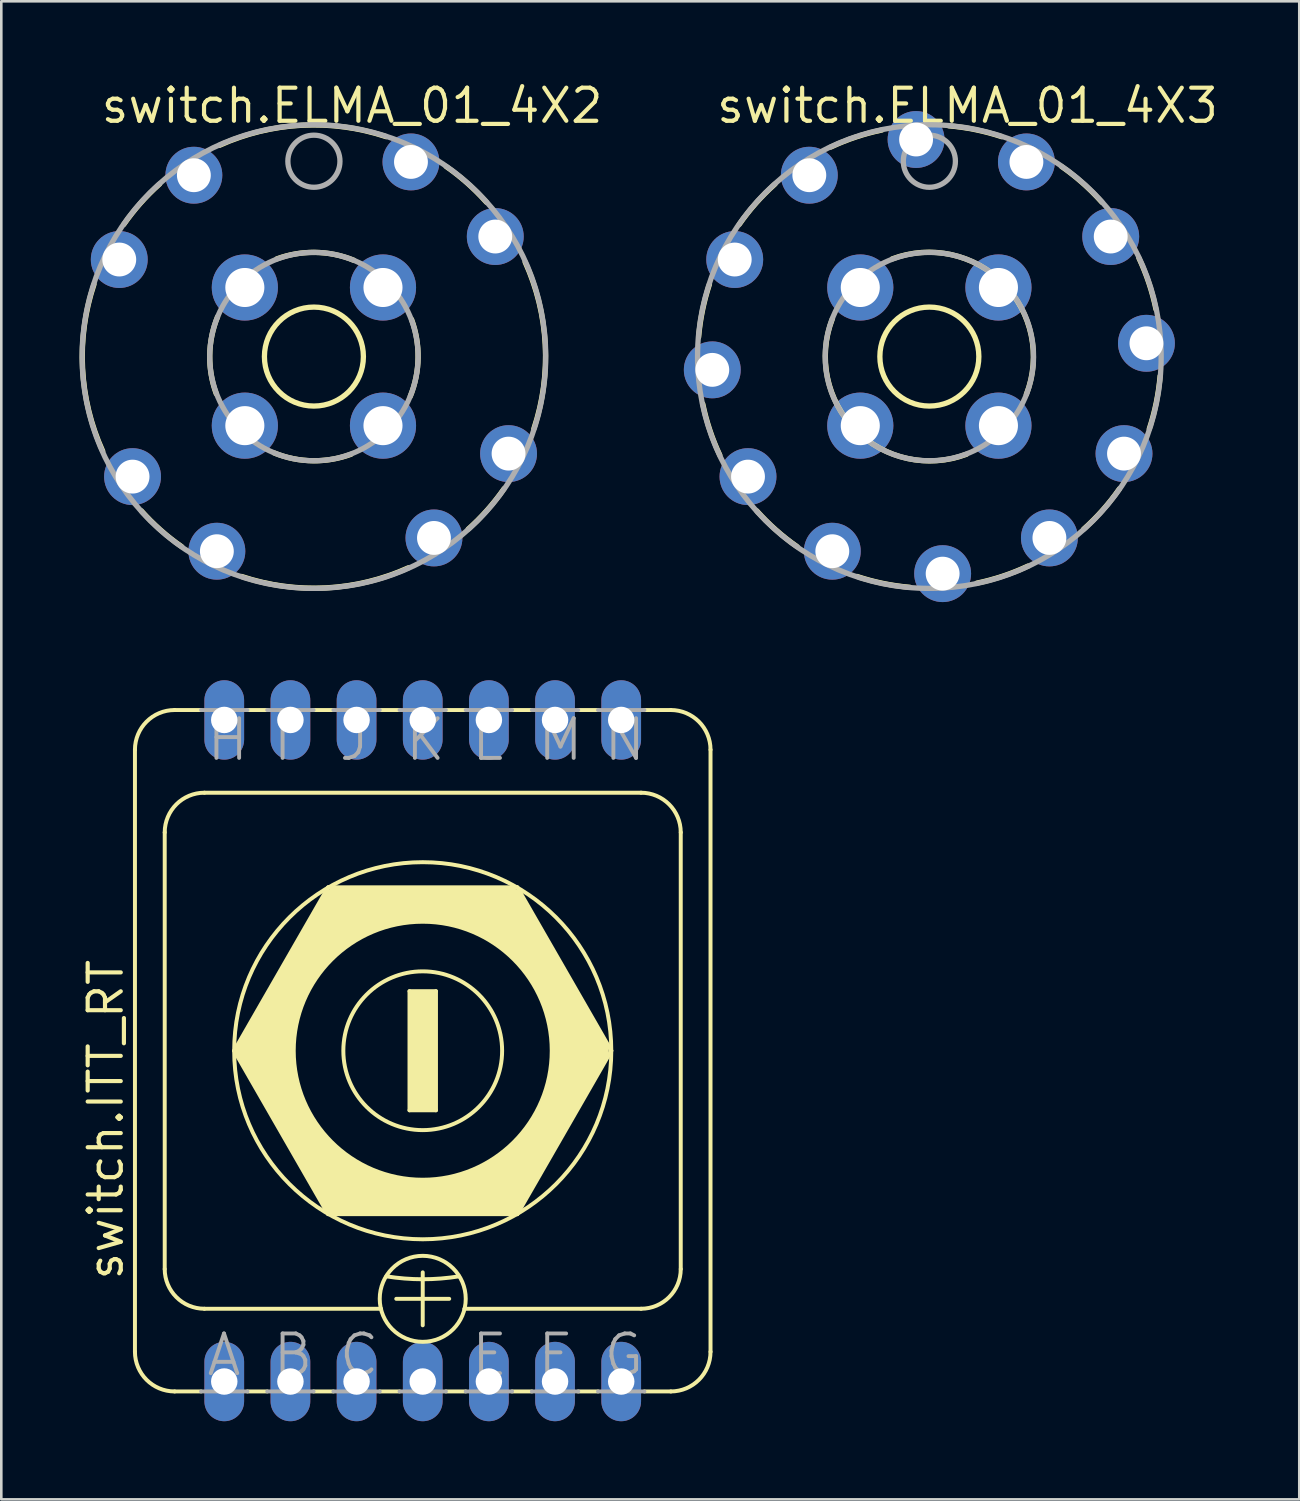
<source format=kicad_pcb>
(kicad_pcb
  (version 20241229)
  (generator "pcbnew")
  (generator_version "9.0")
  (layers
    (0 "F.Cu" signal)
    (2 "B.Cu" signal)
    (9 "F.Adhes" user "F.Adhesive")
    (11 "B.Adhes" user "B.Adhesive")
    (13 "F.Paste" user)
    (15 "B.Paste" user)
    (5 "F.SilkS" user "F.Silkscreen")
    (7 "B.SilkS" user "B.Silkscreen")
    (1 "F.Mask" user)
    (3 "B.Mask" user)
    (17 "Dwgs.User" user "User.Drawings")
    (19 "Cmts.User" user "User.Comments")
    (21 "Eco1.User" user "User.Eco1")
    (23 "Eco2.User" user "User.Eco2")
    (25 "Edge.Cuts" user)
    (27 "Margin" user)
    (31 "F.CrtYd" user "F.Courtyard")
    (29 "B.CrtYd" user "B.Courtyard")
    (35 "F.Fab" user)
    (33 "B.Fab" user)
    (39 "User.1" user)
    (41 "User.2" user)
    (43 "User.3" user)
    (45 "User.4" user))
  (footprint "switch.ELMA_01_4X3"
    (layer "F.Cu")
    (at 32.631 10.64)
    (property "Reference" "switch.ELMA_01_4X3" (at -8.255 -8.89 0) (layer "F.SilkS") (effects (font (size 1.27 1.27) (thickness 0.16)) (justify left bottom)))
    (attr through_hole)
    (fp_arc (start -8.8594 -0.745) (mid -8.710827 -1.772089) (end -8.4437 -2.7749) (stroke (width 0.2032) (type default)) (layer "F.SilkS"))
    (fp_arc (start -8.045 3.7844) (mid -8.429848 2.820673) (end -8.6999 1.8187) (stroke (width 0.2032) (type default)) (layer "F.SilkS"))
    (fp_arc (start -7.3 -5.075) (mid -6.657761 -5.890151) (end -5.925 -6.625) (stroke (width 0.2032) (type default)) (layer "F.SilkS"))
    (fp_arc (start -5.075 7.3) (mid -5.890152 6.657762) (end -6.625 5.925) (stroke (width 0.2032) (type default)) (layer "F.SilkS"))
    (fp_arc (start -3.7844 -8.045) (mid -2.820673 -8.429848) (end -1.8187 -8.6999) (stroke (width 0.2032) (type default)) (layer "F.SilkS"))
    (fp_arc (start -1.425 -3.75) (mid 2.833897 -2.817706) (end 3.725 1.45) (stroke (width 0.2032) (type default)) (layer "F.SilkS"))
    (fp_arc (start -0.745 8.8594) (mid -1.77209 8.710829) (end -2.7749 8.4437) (stroke (width 0.2032) (type default)) (layer "F.SilkS"))
    (fp_arc (start 0.745 -8.8594) (mid 1.77209 -8.710829) (end 2.7749 -8.4437) (stroke (width 0.2032) (type default)) (layer "F.SilkS"))
    (fp_arc (start 1.425 3.75) (mid -2.833897 2.817706) (end -3.725 -1.45) (stroke (width 0.2032) (type default)) (layer "F.SilkS"))
    (fp_arc (start 3.7844 8.045) (mid 2.820673 8.429848) (end 1.8187 8.6999) (stroke (width 0.2032) (type default)) (layer "F.SilkS"))
    (fp_arc (start 5.075 -7.3) (mid 5.890152 -6.657762) (end 6.625 -5.925) (stroke (width 0.2032) (type default)) (layer "F.SilkS"))
    (fp_arc (start 7.3 5.075) (mid 6.657761 5.890151) (end 5.925 6.625) (stroke (width 0.2032) (type default)) (layer "F.SilkS"))
    (fp_arc (start 8.045 -3.7844) (mid 8.429848 -2.820673) (end 8.6999 -1.8187) (stroke (width 0.2032) (type default)) (layer "F.SilkS"))
    (fp_arc (start 8.8594 0.745) (mid 8.710827 1.772089) (end 8.4437 2.7749) (stroke (width 0.2032) (type default)) (layer "F.SilkS"))
    (fp_circle (center 0 0) (end 1.9 0) (stroke (width 0.203) (type default)) (fill no) (layer "F.SilkS"))
    (fp_circle (center 0 -7.5) (end 1 -7.5) (stroke (width 0.203) (type default)) (fill no) (layer "F.Fab"))
    (fp_circle (center 0 0) (end 4 0) (stroke (width 0.203) (type default)) (fill no) (layer "F.Fab"))
    (fp_circle (center 0 0) (end 8.9 0) (stroke (width 0.203) (type default)) (fill no) (layer "F.Fab"))
    (pad "1A" thru_hole circle (at -4.609 -6.963 30) (size 2.184 2.184) (drill 1.3) (layers "*.Cu" "*.Mask"))
    (pad "1B" thru_hole circle (at 6.963 -4.609 300) (size 2.184 2.184) (drill 1.3) (layers "*.Cu" "*.Mask"))
    (pad "1C" thru_hole circle (at 4.609 6.963 210) (size 2.184 2.184) (drill 1.3) (layers "*.Cu" "*.Mask"))
    (pad "1D" thru_hole circle (at -6.963 4.609 120) (size 2.184 2.184) (drill 1.3) (layers "*.Cu" "*.Mask"))
    (pad "2A" thru_hole circle (at -0.51 -8.334) (size 2.184 2.184) (drill 1.3) (layers "*.Cu" "*.Mask"))
    (pad "2B" thru_hole circle (at 8.334 -0.51 270) (size 2.184 2.184) (drill 1.3) (layers "*.Cu" "*.Mask"))
    (pad "2C" thru_hole circle (at 0.51 8.334 180) (size 2.184 2.184) (drill 1.3) (layers "*.Cu" "*.Mask"))
    (pad "2D" thru_hole circle (at -8.334 0.51 90) (size 2.184 2.184) (drill 1.3) (layers "*.Cu" "*.Mask"))
    (pad "3A" thru_hole circle (at 3.726 -7.473 330) (size 2.184 2.184) (drill 1.3) (layers "*.Cu" "*.Mask"))
    (pad "3B" thru_hole circle (at 7.473 3.726 240) (size 2.184 2.184) (drill 1.3) (layers "*.Cu" "*.Mask"))
    (pad "3C" thru_hole circle (at -3.726 7.473 150) (size 2.184 2.184) (drill 1.3) (layers "*.Cu" "*.Mask"))
    (pad "3D" thru_hole circle (at -7.473 -3.726 60) (size 2.184 2.184) (drill 1.3) (layers "*.Cu" "*.Mask"))
    (pad "A" thru_hole circle (at -2.652 -2.652 90) (size 2.54 2.54) (drill 1.5) (layers "*.Cu" "*.Mask"))
    (pad "B" thru_hole circle (at 2.652 -2.652) (size 2.54 2.54) (drill 1.5) (layers "*.Cu" "*.Mask"))
    (pad "C" thru_hole circle (at 2.652 2.652 270) (size 2.54 2.54) (drill 1.5) (layers "*.Cu" "*.Mask"))
    (pad "D" thru_hole circle (at -2.652 2.652 180) (size 2.54 2.54) (drill 1.5) (layers "*.Cu" "*.Mask")))
  (footprint "switch.ITT_RT"
    (layer "F.Cu")
    (at 13.18 37.291)
    (property "Reference" "switch.ITT_RT" (at -11.43 8.89 90) (layer "F.SilkS") (effects (font (size 1.27 1.27) (thickness 0.16)) (justify left bottom)))
    (attr through_hole)
    (fp_line (start -11.049 11.557) (end -11.049 -11.557) (stroke (width 0.152) (type default)) (layer "F.SilkS"))
    (fp_line (start -9.906 8.382) (end -9.906 -8.382) (stroke (width 0.152) (type default)) (layer "F.SilkS"))
    (fp_line (start -8.509 -13.081) (end -9.525 -13.081) (stroke (width 0.152) (type default)) (layer "F.SilkS"))
    (fp_line (start -8.509 13.081) (end -9.525 13.081) (stroke (width 0.152) (type default)) (layer "F.SilkS"))
    (fp_line (start -8.382 -9.906) (end 8.382 -9.906) (stroke (width 0.152) (type default)) (layer "F.SilkS"))
    (fp_line (start -7.239 0) (end -3.632 6.274) (stroke (width 0.152) (type default)) (layer "F.SilkS"))
    (fp_line (start -6.731 -13.081) (end -5.969 -13.081) (stroke (width 0.152) (type default)) (layer "F.SilkS"))
    (fp_line (start -6.606 0) (end -3.29 -5.689) (stroke (width 1.168) (type default)) (layer "F.SilkS"))
    (fp_line (start -5.969 13.081) (end -6.731 13.081) (stroke (width 0.152) (type default)) (layer "F.SilkS"))
    (fp_line (start -4.191 -13.081) (end -3.429 -13.081) (stroke (width 0.152) (type default)) (layer "F.SilkS"))
    (fp_line (start -3.632 -6.274) (end -7.239 0) (stroke (width 0.152) (type default)) (layer "F.SilkS"))
    (fp_line (start -3.632 6.274) (end 3.632 6.274) (stroke (width 0.152) (type default)) (layer "F.SilkS"))
    (fp_line (start -3.429 13.081) (end -4.191 13.081) (stroke (width 0.152) (type default)) (layer "F.SilkS"))
    (fp_line (start -3.29 -5.689) (end 3.29 -5.689) (stroke (width 1.168) (type default)) (layer "F.SilkS"))
    (fp_line (start -3.263 5.716) (end -6.471 0.189) (stroke (width 1.168) (type default)) (layer "F.SilkS"))
    (fp_line (start -1.651 -13.081) (end -0.889 -13.081) (stroke (width 0.152) (type default)) (layer "F.SilkS"))
    (fp_line (start -1.6 9.906) (end -8.382 9.906) (stroke (width 0.152) (type default)) (layer "F.SilkS"))
    (fp_line (start -1.016 9.525) (end 1.016 9.525) (stroke (width 0.152) (type default)) (layer "F.SilkS"))
    (fp_line (start -0.889 13.081) (end -1.651 13.081) (stroke (width 0.152) (type default)) (layer "F.SilkS"))
    (fp_line (start -0.508 -2.286) (end 0.508 -2.286) (stroke (width 0.152) (type default)) (layer "F.SilkS"))
    (fp_line (start -0.508 2.286) (end -0.508 -2.286) (stroke (width 0.152) (type default)) (layer "F.SilkS"))
    (fp_line (start 0 10.541) (end 0 8.509) (stroke (width 0.152) (type default)) (layer "F.SilkS"))
    (fp_line (start 0.508 -2.286) (end 0.508 2.286) (stroke (width 0.152) (type default)) (layer "F.SilkS"))
    (fp_line (start 0.508 2.286) (end -0.508 2.286) (stroke (width 0.152) (type default)) (layer "F.SilkS"))
    (fp_line (start 0.889 -13.081) (end 1.651 -13.081) (stroke (width 0.152) (type default)) (layer "F.SilkS"))
    (fp_line (start 1.651 13.081) (end 0.889 13.081) (stroke (width 0.152) (type default)) (layer "F.SilkS"))
    (fp_line (start 3.29 -5.689) (end 6.552 0) (stroke (width 1.168) (type default)) (layer "F.SilkS"))
    (fp_line (start 3.29 5.716) (end -3.263 5.716) (stroke (width 1.168) (type default)) (layer "F.SilkS"))
    (fp_line (start 3.429 -13.081) (end 4.191 -13.081) (stroke (width 0.152) (type default)) (layer "F.SilkS"))
    (fp_line (start 3.632 -6.274) (end -3.632 -6.274) (stroke (width 0.152) (type default)) (layer "F.SilkS"))
    (fp_line (start 3.632 6.274) (end 7.239 0) (stroke (width 0.152) (type default)) (layer "F.SilkS"))
    (fp_line (start 4.191 13.081) (end 3.429 13.081) (stroke (width 0.152) (type default)) (layer "F.SilkS"))
    (fp_line (start 5.969 -13.081) (end 6.731 -13.081) (stroke (width 0.152) (type default)) (layer "F.SilkS"))
    (fp_line (start 5.969 13.081) (end 6.731 13.081) (stroke (width 0.152) (type default)) (layer "F.SilkS"))
    (fp_line (start 6.552 0) (end 3.29 5.716) (stroke (width 1.168) (type default)) (layer "F.SilkS"))
    (fp_line (start 7.239 0) (end 3.632 -6.274) (stroke (width 0.152) (type default)) (layer "F.SilkS"))
    (fp_line (start 8.382 9.906) (end 1.6 9.906) (stroke (width 0.152) (type default)) (layer "F.SilkS"))
    (fp_line (start 8.509 -13.081) (end 9.525 -13.081) (stroke (width 0.152) (type default)) (layer "F.SilkS"))
    (fp_line (start 8.509 13.081) (end 9.525 13.081) (stroke (width 0.152) (type default)) (layer "F.SilkS"))
    (fp_line (start 9.906 -8.382) (end 9.906 8.382) (stroke (width 0.152) (type default)) (layer "F.SilkS"))
    (fp_line (start 11.049 -11.557) (end 11.049 11.557) (stroke (width 0.152) (type default)) (layer "F.SilkS"))
    (fp_rect (start -0.508 2.286) (end 0.508 -2.286) (stroke (width 0.05) (type default)) (fill yes) (layer "F.SilkS"))
    (fp_arc (start -11.049 -11.557) (mid -10.602631 -12.634631) (end -9.525 -13.081) (stroke (width 0.1524) (type default)) (layer "F.SilkS"))
    (fp_arc (start -9.906 -8.382) (mid -9.459631 -9.459631) (end -8.382 -9.906) (stroke (width 0.1524) (type default)) (layer "F.SilkS"))
    (fp_arc (start -9.525 13.081) (mid -10.602631 12.634631) (end -11.049 11.557) (stroke (width 0.1524) (type default)) (layer "F.SilkS"))
    (fp_arc (start -8.382 9.906) (mid -9.459631 9.459631) (end -9.906 8.382) (stroke (width 0.1524) (type default)) (layer "F.SilkS"))
    (fp_arc (start 1.397 8.6614) (mid 0 8.773338) (end -1.397 8.6614) (stroke (width 0.1524) (type default)) (layer "F.SilkS"))
    (fp_arc (start 8.382 -9.906) (mid 9.459631 -9.459631) (end 9.906 -8.382) (stroke (width 0.1524) (type default)) (layer "F.SilkS"))
    (fp_arc (start 9.525 -13.081) (mid 10.602631 -12.634631) (end 11.049 -11.557) (stroke (width 0.1524) (type default)) (layer "F.SilkS"))
    (fp_arc (start 9.906 8.382) (mid 9.459631 9.459631) (end 8.382 9.906) (stroke (width 0.1524) (type default)) (layer "F.SilkS"))
    (fp_arc (start 11.049 11.557) (mid 10.602631 12.634631) (end 9.525 13.081) (stroke (width 0.1524) (type default)) (layer "F.SilkS"))
    (fp_circle (center 0 0) (end 3.048 0) (stroke (width 0.152) (type default)) (fill no) (layer "F.SilkS"))
    (fp_circle (center 0 0) (end 4.953 0) (stroke (width 0.152) (type default)) (fill no) (layer "F.SilkS"))
    (fp_circle (center 0 0) (end 5.609 0) (stroke (width 1.27) (type default)) (fill no) (layer "F.SilkS"))
    (fp_circle (center 0 0) (end 7.239 0) (stroke (width 0.152) (type default)) (fill no) (layer "F.SilkS"))
    (fp_circle (center 0 9.525) (end 1.651 9.525) (stroke (width 0.152) (type default)) (fill no) (layer "F.SilkS"))
    (fp_line (start -6.731 -13.081) (end -8.509 -13.081) (stroke (width 0.152) (type default)) (layer "F.Fab"))
    (fp_line (start -6.731 13.081) (end -8.509 13.081) (stroke (width 0.152) (type default)) (layer "F.Fab"))
    (fp_line (start -4.191 -13.081) (end -5.969 -13.081) (stroke (width 0.152) (type default)) (layer "F.Fab"))
    (fp_line (start -4.191 13.081) (end -5.969 13.081) (stroke (width 0.152) (type default)) (layer "F.Fab"))
    (fp_line (start -1.651 -13.081) (end -3.429 -13.081) (stroke (width 0.152) (type default)) (layer "F.Fab"))
    (fp_line (start -1.651 13.081) (end -3.429 13.081) (stroke (width 0.152) (type default)) (layer "F.Fab"))
    (fp_line (start 0.889 -13.081) (end -0.889 -13.081) (stroke (width 0.152) (type default)) (layer "F.Fab"))
    (fp_line (start 0.889 13.081) (end -0.889 13.081) (stroke (width 0.152) (type default)) (layer "F.Fab"))
    (fp_line (start 3.429 -13.081) (end 1.651 -13.081) (stroke (width 0.152) (type default)) (layer "F.Fab"))
    (fp_line (start 3.429 13.081) (end 1.651 13.081) (stroke (width 0.152) (type default)) (layer "F.Fab"))
    (fp_line (start 5.969 -13.081) (end 4.191 -13.081) (stroke (width 0.152) (type default)) (layer "F.Fab"))
    (fp_line (start 5.969 13.081) (end 4.191 13.081) (stroke (width 0.152) (type default)) (layer "F.Fab"))
    (fp_line (start 8.509 -13.081) (end 6.731 -13.081) (stroke (width 0.152) (type default)) (layer "F.Fab"))
    (fp_line (start 8.509 13.081) (end 6.731 13.081) (stroke (width 0.152) (type default)) (layer "F.Fab"))
    (fp_text user "I" (at -5.842 -11.049 0) (layer "F.Fab") (effects (font (size 1.524 1.524) (thickness 0.15)) (justify left bottom)))
    (fp_text user "N" (at 6.858 -11.049 0) (layer "F.Fab") (effects (font (size 1.524 1.524) (thickness 0.15)) (justify left bottom)))
    (fp_text user "J" (at -3.302 -11.049 0) (layer "F.Fab") (effects (font (size 1.524 1.524) (thickness 0.15)) (justify left bottom)))
    (fp_text user "K" (at -0.762 -11.049 0) (layer "F.Fab") (effects (font (size 1.524 1.524) (thickness 0.15)) (justify left bottom)))
    (fp_text user "F" (at 4.318 12.573 0) (layer "F.Fab") (effects (font (size 1.524 1.524) (thickness 0.15)) (justify left bottom)))
    (fp_text user "E" (at 1.778 12.573 0) (layer "F.Fab") (effects (font (size 1.524 1.524) (thickness 0.15)) (justify left bottom)))
    (fp_text user "G" (at 6.858 12.573 0) (layer "F.Fab") (effects (font (size 1.524 1.524) (thickness 0.15)) (justify left bottom)))
    (fp_text user "L" (at 1.778 -11.049 0) (layer "F.Fab") (effects (font (size 1.524 1.524) (thickness 0.15)) (justify left bottom)))
    (fp_text user "H" (at -8.382 -11.049 0) (layer "F.Fab") (effects (font (size 1.524 1.524) (thickness 0.15)) (justify left bottom)))
    (fp_text user "A" (at -8.382 12.573 0) (layer "F.Fab") (effects (font (size 1.524 1.524) (thickness 0.15)) (justify left bottom)))
    (fp_text user "B" (at -5.842 12.573 0) (layer "F.Fab") (effects (font (size 1.524 1.524) (thickness 0.15)) (justify left bottom)))
    (fp_text user "C" (at -3.302 12.573 0) (layer "F.Fab") (effects (font (size 1.524 1.524) (thickness 0.15)) (justify left bottom)))
    (fp_text user "M" (at 4.318 -11.049 0) (layer "F.Fab") (effects (font (size 1.524 1.524) (thickness 0.15)) (justify left bottom)))
    (pad "A" thru_hole oval (at -7.62 12.7 90) (size 3.048 1.524) (drill 1.016) (layers "*.Cu" "*.Mask"))
    (pad "B" thru_hole oval (at -5.08 12.7 90) (size 3.048 1.524) (drill 1.016) (layers "*.Cu" "*.Mask"))
    (pad "C" thru_hole oval (at -2.54 12.7 90) (size 3.048 1.524) (drill 1.016) (layers "*.Cu" "*.Mask"))
    (pad "D" thru_hole oval (at 0 12.7 90) (size 3.048 1.524) (drill 1.016) (layers "*.Cu" "*.Mask"))
    (pad "E" thru_hole oval (at 2.54 12.7 90) (size 3.048 1.524) (drill 1.016) (layers "*.Cu" "*.Mask"))
    (pad "F" thru_hole oval (at 5.08 12.7 90) (size 3.048 1.524) (drill 1.016) (layers "*.Cu" "*.Mask"))
    (pad "G" thru_hole oval (at 7.62 12.7 90) (size 3.048 1.524) (drill 1.016) (layers "*.Cu" "*.Mask"))
    (pad "H" thru_hole oval (at -7.62 -12.7 90) (size 3.048 1.524) (drill 1.016) (layers "*.Cu" "*.Mask"))
    (pad "I" thru_hole oval (at -5.08 -12.7 90) (size 3.048 1.524) (drill 1.016) (layers "*.Cu" "*.Mask"))
    (pad "J" thru_hole oval (at -2.54 -12.7 90) (size 3.048 1.524) (drill 1.016) (layers "*.Cu" "*.Mask"))
    (pad "K" thru_hole oval (at 0 -12.7 90) (size 3.048 1.524) (drill 1.016) (layers "*.Cu" "*.Mask"))
    (pad "L" thru_hole oval (at 2.54 -12.7 90) (size 3.048 1.524) (drill 1.016) (layers "*.Cu" "*.Mask"))
    (pad "M" thru_hole oval (at 5.08 -12.7 90) (size 3.048 1.524) (drill 1.016) (layers "*.Cu" "*.Mask"))
    (pad "N" thru_hole oval (at 7.62 -12.7 90) (size 3.048 1.524) (drill 1.016) (layers "*.Cu" "*.Mask")))
  (footprint "switch.ELMA_01_4X2"
    (layer "F.Cu")
    (at 9.002 10.64)
    (property "Reference" "switch.ELMA_01_4X2" (at -8.255 -8.89 0) (layer "F.SilkS") (effects (font (size 1.27 1.27) (thickness 0.16)) (justify left bottom)))
    (attr through_hole)
    (fp_arc (start -8.1094 3.63) (mid -8.881614 0.459131) (end -8.4437 -2.7749) (stroke (width 0.2032) (type default)) (layer "F.SilkS"))
    (fp_arc (start -7.3 -5.075) (mid -6.657761 -5.890151) (end -5.925 -6.625) (stroke (width 0.2032) (type default)) (layer "F.SilkS"))
    (fp_arc (start -5.075 7.3) (mid -5.890152 6.657762) (end -6.625 5.925) (stroke (width 0.2032) (type default)) (layer "F.SilkS"))
    (fp_arc (start -3.75 1.425) (mid -3.999911 -0.05466) (end -3.7 -1.525) (stroke (width 0.2032) (type default)) (layer "F.SilkS"))
    (fp_arc (start -3.63 -8.1094) (mid -0.459131 -8.881614) (end 2.7749 -8.4437) (stroke (width 0.2032) (type default)) (layer "F.SilkS"))
    (fp_arc (start -1.425 -3.75) (mid 0.05466 -3.999911) (end 1.525 -3.7) (stroke (width 0.2032) (type default)) (layer "F.SilkS"))
    (fp_arc (start 1.425 3.75) (mid -0.054662 4.000059) (end -1.525 3.7) (stroke (width 0.2032) (type default)) (layer "F.SilkS"))
    (fp_arc (start 3.63 8.1094) (mid 0.459135 8.881683) (end -2.7749 8.4437) (stroke (width 0.2032) (type default)) (layer "F.SilkS"))
    (fp_arc (start 3.75 -1.425) (mid 3.999911 0.05466) (end 3.7 1.525) (stroke (width 0.2032) (type default)) (layer "F.SilkS"))
    (fp_arc (start 5.075 -7.3) (mid 5.890152 -6.657762) (end 6.625 -5.925) (stroke (width 0.2032) (type default)) (layer "F.SilkS"))
    (fp_arc (start 7.3 5.075) (mid 6.657761 5.890151) (end 5.925 6.625) (stroke (width 0.2032) (type default)) (layer "F.SilkS"))
    (fp_arc (start 8.1094 -3.63) (mid 8.881614 -0.459131) (end 8.4437 2.7749) (stroke (width 0.2032) (type default)) (layer "F.SilkS"))
    (fp_circle (center 0 0) (end 1.9 0) (stroke (width 0.203) (type default)) (fill no) (layer "F.SilkS"))
    (fp_circle (center 0 -7.5) (end 1 -7.5) (stroke (width 0.203) (type default)) (fill no) (layer "F.Fab"))
    (fp_circle (center 0 0) (end 4 0) (stroke (width 0.203) (type default)) (fill no) (layer "F.Fab"))
    (fp_circle (center 0 0) (end 8.9 0) (stroke (width 0.203) (type default)) (fill no) (layer "F.Fab"))
    (pad "1A" thru_hole circle (at -4.609 -6.963 30) (size 2.184 2.184) (drill 1.3) (layers "*.Cu" "*.Mask"))
    (pad "1B" thru_hole circle (at 6.963 -4.609 300) (size 2.184 2.184) (drill 1.3) (layers "*.Cu" "*.Mask"))
    (pad "1C" thru_hole circle (at 4.609 6.963 210) (size 2.184 2.184) (drill 1.3) (layers "*.Cu" "*.Mask"))
    (pad "1D" thru_hole circle (at -6.963 4.609 120) (size 2.184 2.184) (drill 1.3) (layers "*.Cu" "*.Mask"))
    (pad "2A" thru_hole circle (at 3.726 -7.473 330) (size 2.184 2.184) (drill 1.3) (layers "*.Cu" "*.Mask"))
    (pad "2B" thru_hole circle (at 7.473 3.726 240) (size 2.184 2.184) (drill 1.3) (layers "*.Cu" "*.Mask"))
    (pad "2C" thru_hole circle (at -3.726 7.473 150) (size 2.184 2.184) (drill 1.3) (layers "*.Cu" "*.Mask"))
    (pad "2D" thru_hole circle (at -7.473 -3.726 60) (size 2.184 2.184) (drill 1.3) (layers "*.Cu" "*.Mask"))
    (pad "A" thru_hole circle (at -2.652 -2.652 90) (size 2.54 2.54) (drill 1.5) (layers "*.Cu" "*.Mask"))
    (pad "B" thru_hole circle (at 2.652 -2.652) (size 2.54 2.54) (drill 1.5) (layers "*.Cu" "*.Mask"))
    (pad "C" thru_hole circle (at 2.652 2.652 270) (size 2.54 2.54) (drill 1.5) (layers "*.Cu" "*.Mask"))
    (pad "D" thru_hole circle (at -2.652 2.652 180) (size 2.54 2.54) (drill 1.5) (layers "*.Cu" "*.Mask")))
  (gr_rect
    (start -3 -3)
    (end 46.833 54.515)
    (stroke (width 0.1) (type default))
    (fill no)
    (layer "Edge.Cuts")))
</source>
